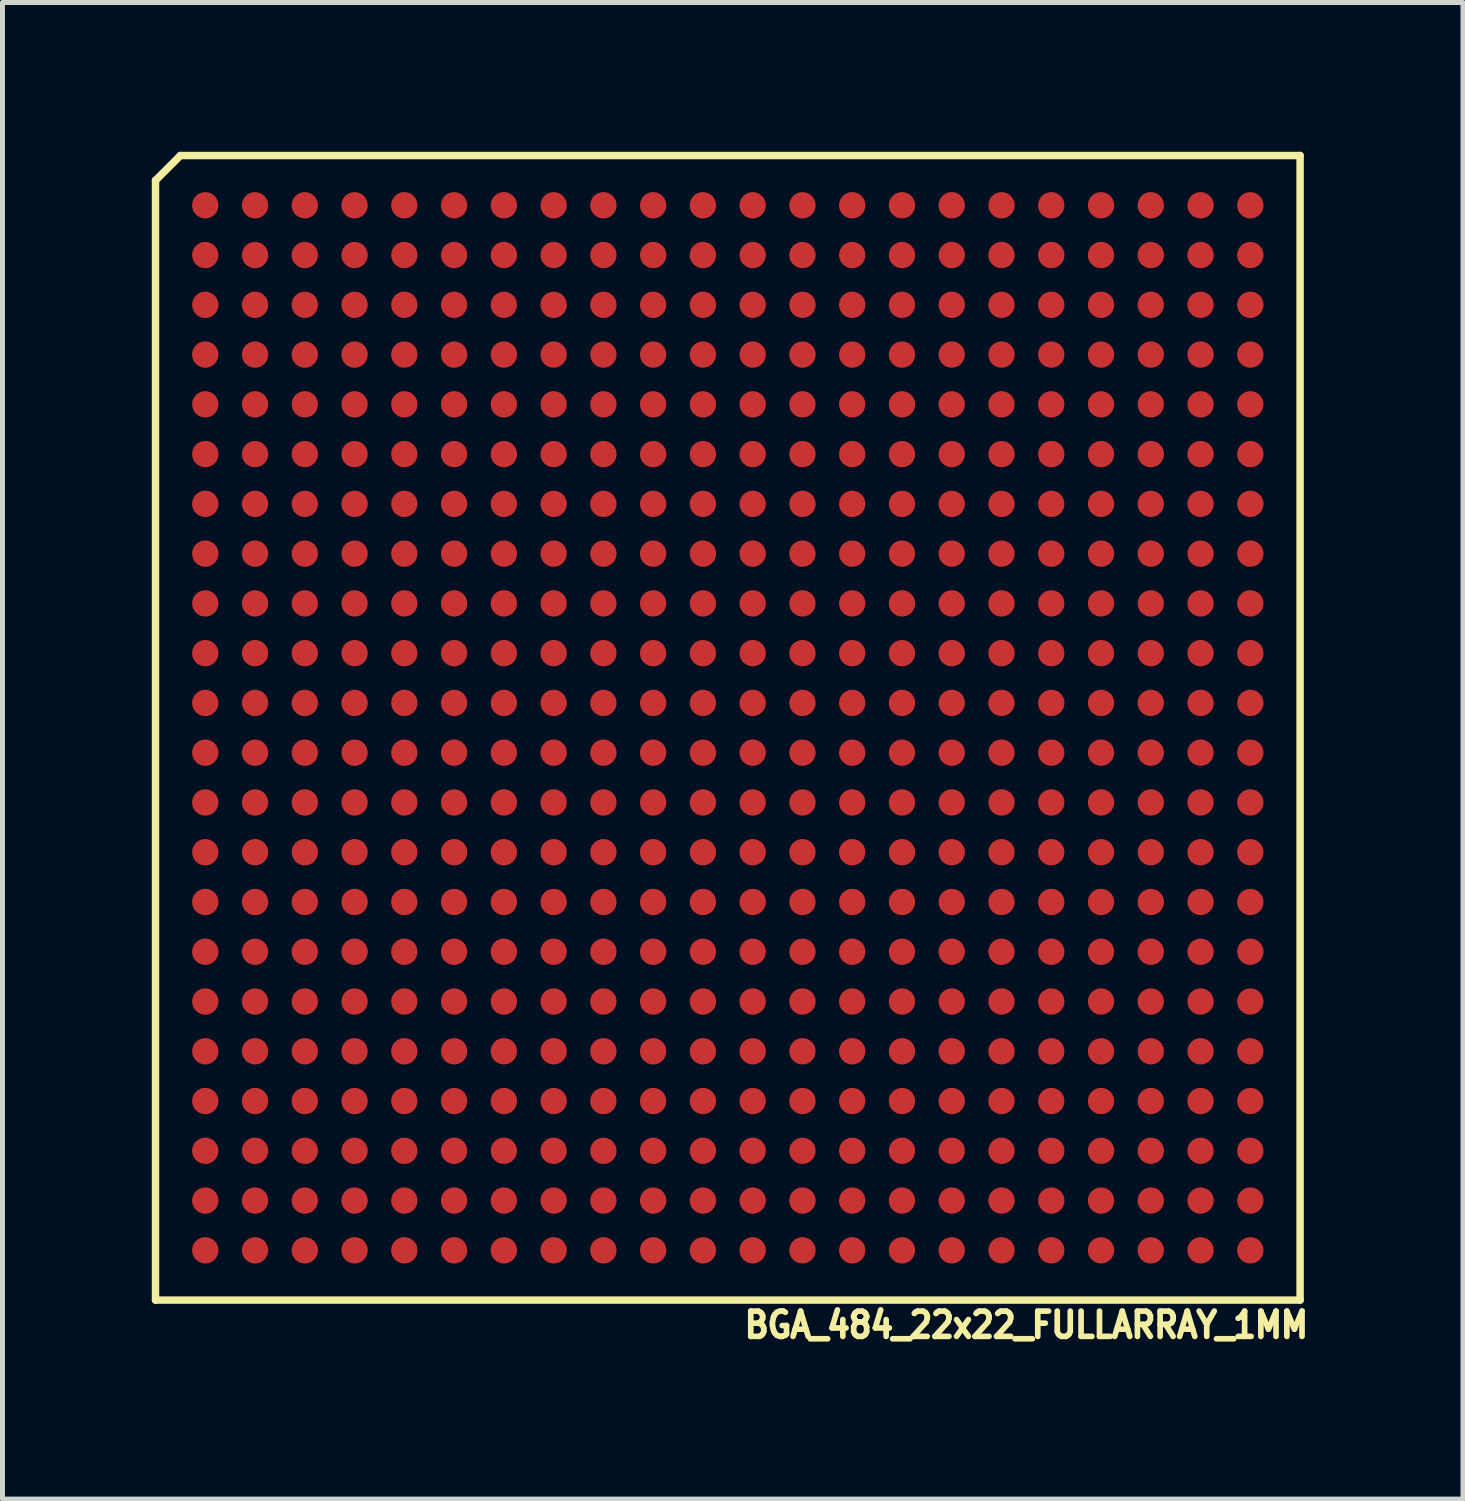
<source format=kicad_pcb>
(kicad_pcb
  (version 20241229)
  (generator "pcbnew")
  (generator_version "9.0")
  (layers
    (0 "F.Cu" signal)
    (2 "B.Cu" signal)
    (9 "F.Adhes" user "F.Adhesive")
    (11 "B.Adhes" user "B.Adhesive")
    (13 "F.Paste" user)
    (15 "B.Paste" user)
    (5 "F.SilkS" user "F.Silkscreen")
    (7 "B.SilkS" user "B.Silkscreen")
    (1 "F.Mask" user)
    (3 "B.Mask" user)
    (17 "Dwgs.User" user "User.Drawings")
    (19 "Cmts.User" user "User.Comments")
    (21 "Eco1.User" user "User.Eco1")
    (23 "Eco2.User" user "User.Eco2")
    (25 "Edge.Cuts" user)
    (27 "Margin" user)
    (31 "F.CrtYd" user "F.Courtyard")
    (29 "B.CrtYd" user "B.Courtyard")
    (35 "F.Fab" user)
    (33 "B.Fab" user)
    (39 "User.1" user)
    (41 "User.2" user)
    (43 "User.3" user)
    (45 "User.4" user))
  (footprint "BGA_484_22x22_FULLARRAY_1MM"
    (layer "F.Cu")
    (at 11.575 11.575)
    (property "Reference" "BGA_484_22x22_FULLARRAY_1MM" (at 6 12 0) (layer "F.SilkS") (effects (font (size 0.508 0.457) (thickness 0.114))))
    (attr smd)
    (fp_line (start -11.5 -11) (end -11.5 11.5) (stroke (width 0.15) (type solid)) (layer "F.SilkS"))
    (fp_line (start -11.5 11.5) (end 11.5 11.5) (stroke (width 0.15) (type solid)) (layer "F.SilkS"))
    (fp_line (start -11 -11.5) (end -11.5 -11) (stroke (width 0.15) (type solid)) (layer "F.SilkS"))
    (fp_line (start 11.5 -11.5) (end -11 -11.5) (stroke (width 0.15) (type solid)) (layer "F.SilkS"))
    (fp_line (start 11.5 11.5) (end 11.5 -11.5) (stroke (width 0.15) (type solid)) (layer "F.SilkS"))
    (pad "A1" smd circle (at -10.5 -10.5) (size 0.53 0.53) (layers "F.Cu" "F.Mask" "F.Paste"))
    (pad "A2" smd circle (at -9.5 -10.5) (size 0.53 0.53) (layers "F.Cu" "F.Mask" "F.Paste"))
    (pad "A3" smd circle (at -8.5 -10.5) (size 0.53 0.53) (layers "F.Cu" "F.Mask" "F.Paste"))
    (pad "A4" smd circle (at -7.5 -10.5) (size 0.53 0.53) (layers "F.Cu" "F.Mask" "F.Paste"))
    (pad "A5" smd circle (at -6.5 -10.5) (size 0.53 0.53) (layers "F.Cu" "F.Mask" "F.Paste"))
    (pad "A6" smd circle (at -5.5 -10.5) (size 0.53 0.53) (layers "F.Cu" "F.Mask" "F.Paste"))
    (pad "A7" smd circle (at -4.5 -10.5) (size 0.53 0.53) (layers "F.Cu" "F.Mask" "F.Paste"))
    (pad "A8" smd circle (at -3.5 -10.5) (size 0.53 0.53) (layers "F.Cu" "F.Mask" "F.Paste"))
    (pad "A9" smd circle (at -2.5 -10.5) (size 0.53 0.53) (layers "F.Cu" "F.Mask" "F.Paste"))
    (pad "A10" smd circle (at -1.5 -10.5) (size 0.53 0.53) (layers "F.Cu" "F.Mask" "F.Paste"))
    (pad "A11" smd circle (at -0.5 -10.5) (size 0.53 0.53) (layers "F.Cu" "F.Mask" "F.Paste"))
    (pad "A12" smd circle (at 0.5 -10.5) (size 0.53 0.53) (layers "F.Cu" "F.Mask" "F.Paste"))
    (pad "A13" smd circle (at 1.5 -10.5) (size 0.53 0.53) (layers "F.Cu" "F.Mask" "F.Paste"))
    (pad "A14" smd circle (at 2.5 -10.5) (size 0.53 0.53) (layers "F.Cu" "F.Mask" "F.Paste"))
    (pad "A15" smd circle (at 3.5 -10.5) (size 0.53 0.53) (layers "F.Cu" "F.Mask" "F.Paste"))
    (pad "A16" smd circle (at 4.5 -10.5) (size 0.53 0.53) (layers "F.Cu" "F.Mask" "F.Paste"))
    (pad "A17" smd circle (at 5.5 -10.5) (size 0.53 0.53) (layers "F.Cu" "F.Mask" "F.Paste"))
    (pad "A18" smd circle (at 6.5 -10.5) (size 0.53 0.53) (layers "F.Cu" "F.Mask" "F.Paste"))
    (pad "A19" smd circle (at 7.5 -10.5) (size 0.53 0.53) (layers "F.Cu" "F.Mask" "F.Paste"))
    (pad "A20" smd circle (at 8.5 -10.5) (size 0.53 0.53) (layers "F.Cu" "F.Mask" "F.Paste"))
    (pad "A21" smd circle (at 9.5 -10.5) (size 0.53 0.53) (layers "F.Cu" "F.Mask" "F.Paste"))
    (pad "A22" smd circle (at 10.5 -10.5) (size 0.53 0.53) (layers "F.Cu" "F.Mask" "F.Paste"))
    (pad "AA1" smd circle (at -10.5 9.5) (size 0.53 0.53) (layers "F.Cu" "F.Mask" "F.Paste"))
    (pad "AA2" smd circle (at -9.5 9.5) (size 0.53 0.53) (layers "F.Cu" "F.Mask" "F.Paste"))
    (pad "AA3" smd circle (at -8.5 9.5) (size 0.53 0.53) (layers "F.Cu" "F.Mask" "F.Paste"))
    (pad "AA4" smd circle (at -7.5 9.5) (size 0.53 0.53) (layers "F.Cu" "F.Mask" "F.Paste"))
    (pad "AA5" smd circle (at -6.5 9.5) (size 0.53 0.53) (layers "F.Cu" "F.Mask" "F.Paste"))
    (pad "AA6" smd circle (at -5.5 9.5) (size 0.53 0.53) (layers "F.Cu" "F.Mask" "F.Paste"))
    (pad "AA7" smd circle (at -4.5 9.5) (size 0.53 0.53) (layers "F.Cu" "F.Mask" "F.Paste"))
    (pad "AA8" smd circle (at -3.5 9.5) (size 0.53 0.53) (layers "F.Cu" "F.Mask" "F.Paste"))
    (pad "AA9" smd circle (at -2.5 9.5) (size 0.53 0.53) (layers "F.Cu" "F.Mask" "F.Paste"))
    (pad "AA10" smd circle (at -1.5 9.5) (size 0.53 0.53) (layers "F.Cu" "F.Mask" "F.Paste"))
    (pad "AA11" smd circle (at -0.5 9.5) (size 0.53 0.53) (layers "F.Cu" "F.Mask" "F.Paste"))
    (pad "AA12" smd circle (at 0.5 9.5) (size 0.53 0.53) (layers "F.Cu" "F.Mask" "F.Paste"))
    (pad "AA13" smd circle (at 1.5 9.5) (size 0.53 0.53) (layers "F.Cu" "F.Mask" "F.Paste"))
    (pad "AA14" smd circle (at 2.5 9.5) (size 0.53 0.53) (layers "F.Cu" "F.Mask" "F.Paste"))
    (pad "AA15" smd circle (at 3.5 9.5) (size 0.53 0.53) (layers "F.Cu" "F.Mask" "F.Paste"))
    (pad "AA16" smd circle (at 4.5 9.5) (size 0.53 0.53) (layers "F.Cu" "F.Mask" "F.Paste"))
    (pad "AA17" smd circle (at 5.5 9.5) (size 0.53 0.53) (layers "F.Cu" "F.Mask" "F.Paste"))
    (pad "AA18" smd circle (at 6.5 9.5) (size 0.53 0.53) (layers "F.Cu" "F.Mask" "F.Paste"))
    (pad "AA19" smd circle (at 7.5 9.5) (size 0.53 0.53) (layers "F.Cu" "F.Mask" "F.Paste"))
    (pad "AA20" smd circle (at 8.5 9.5) (size 0.53 0.53) (layers "F.Cu" "F.Mask" "F.Paste"))
    (pad "AA21" smd circle (at 9.5 9.5) (size 0.53 0.53) (layers "F.Cu" "F.Mask" "F.Paste"))
    (pad "AA22" smd circle (at 10.5 9.5) (size 0.53 0.53) (layers "F.Cu" "F.Mask" "F.Paste"))
    (pad "AB1" smd circle (at -10.5 10.5) (size 0.53 0.53) (layers "F.Cu" "F.Mask" "F.Paste"))
    (pad "AB2" smd circle (at -9.5 10.5) (size 0.53 0.53) (layers "F.Cu" "F.Mask" "F.Paste"))
    (pad "AB3" smd circle (at -8.5 10.5) (size 0.53 0.53) (layers "F.Cu" "F.Mask" "F.Paste"))
    (pad "AB4" smd circle (at -7.5 10.5) (size 0.53 0.53) (layers "F.Cu" "F.Mask" "F.Paste"))
    (pad "AB5" smd circle (at -6.5 10.5) (size 0.53 0.53) (layers "F.Cu" "F.Mask" "F.Paste"))
    (pad "AB6" smd circle (at -5.5 10.5) (size 0.53 0.53) (layers "F.Cu" "F.Mask" "F.Paste"))
    (pad "AB7" smd circle (at -4.5 10.5) (size 0.53 0.53) (layers "F.Cu" "F.Mask" "F.Paste"))
    (pad "AB8" smd circle (at -3.5 10.5) (size 0.53 0.53) (layers "F.Cu" "F.Mask" "F.Paste"))
    (pad "AB9" smd circle (at -2.5 10.5) (size 0.53 0.53) (layers "F.Cu" "F.Mask" "F.Paste"))
    (pad "AB10" smd circle (at -1.5 10.5) (size 0.53 0.53) (layers "F.Cu" "F.Mask" "F.Paste"))
    (pad "AB11" smd circle (at -0.5 10.5) (size 0.53 0.53) (layers "F.Cu" "F.Mask" "F.Paste"))
    (pad "AB12" smd circle (at 0.5 10.5) (size 0.53 0.53) (layers "F.Cu" "F.Mask" "F.Paste"))
    (pad "AB13" smd circle (at 1.5 10.5) (size 0.53 0.53) (layers "F.Cu" "F.Mask" "F.Paste"))
    (pad "AB14" smd circle (at 2.5 10.5) (size 0.53 0.53) (layers "F.Cu" "F.Mask" "F.Paste"))
    (pad "AB15" smd circle (at 3.5 10.5) (size 0.53 0.53) (layers "F.Cu" "F.Mask" "F.Paste"))
    (pad "AB16" smd circle (at 4.5 10.5) (size 0.53 0.53) (layers "F.Cu" "F.Mask" "F.Paste"))
    (pad "AB17" smd circle (at 5.5 10.5) (size 0.53 0.53) (layers "F.Cu" "F.Mask" "F.Paste"))
    (pad "AB18" smd circle (at 6.5 10.5) (size 0.53 0.53) (layers "F.Cu" "F.Mask" "F.Paste"))
    (pad "AB19" smd circle (at 7.5 10.5) (size 0.53 0.53) (layers "F.Cu" "F.Mask" "F.Paste"))
    (pad "AB20" smd circle (at 8.5 10.5) (size 0.53 0.53) (layers "F.Cu" "F.Mask" "F.Paste"))
    (pad "AB21" smd circle (at 9.5 10.5) (size 0.53 0.53) (layers "F.Cu" "F.Mask" "F.Paste"))
    (pad "AB22" smd circle (at 10.5 10.5) (size 0.53 0.53) (layers "F.Cu" "F.Mask" "F.Paste"))
    (pad "B1" smd circle (at -10.5 -9.5) (size 0.53 0.53) (layers "F.Cu" "F.Mask" "F.Paste"))
    (pad "B2" smd circle (at -9.5 -9.5) (size 0.53 0.53) (layers "F.Cu" "F.Mask" "F.Paste"))
    (pad "B3" smd circle (at -8.5 -9.5) (size 0.53 0.53) (layers "F.Cu" "F.Mask" "F.Paste"))
    (pad "B4" smd circle (at -7.5 -9.5) (size 0.53 0.53) (layers "F.Cu" "F.Mask" "F.Paste"))
    (pad "B5" smd circle (at -6.5 -9.5) (size 0.53 0.53) (layers "F.Cu" "F.Mask" "F.Paste"))
    (pad "B6" smd circle (at -5.5 -9.5) (size 0.53 0.53) (layers "F.Cu" "F.Mask" "F.Paste"))
    (pad "B7" smd circle (at -4.5 -9.5) (size 0.53 0.53) (layers "F.Cu" "F.Mask" "F.Paste"))
    (pad "B8" smd circle (at -3.5 -9.5) (size 0.53 0.53) (layers "F.Cu" "F.Mask" "F.Paste"))
    (pad "B9" smd circle (at -2.5 -9.5) (size 0.53 0.53) (layers "F.Cu" "F.Mask" "F.Paste"))
    (pad "B10" smd circle (at -1.5 -9.5) (size 0.53 0.53) (layers "F.Cu" "F.Mask" "F.Paste"))
    (pad "B11" smd circle (at -0.5 -9.5) (size 0.53 0.53) (layers "F.Cu" "F.Mask" "F.Paste"))
    (pad "B12" smd circle (at 0.5 -9.5) (size 0.53 0.53) (layers "F.Cu" "F.Mask" "F.Paste"))
    (pad "B13" smd circle (at 1.5 -9.5) (size 0.53 0.53) (layers "F.Cu" "F.Mask" "F.Paste"))
    (pad "B14" smd circle (at 2.5 -9.5) (size 0.53 0.53) (layers "F.Cu" "F.Mask" "F.Paste"))
    (pad "B15" smd circle (at 3.5 -9.5) (size 0.53 0.53) (layers "F.Cu" "F.Mask" "F.Paste"))
    (pad "B16" smd circle (at 4.5 -9.5) (size 0.53 0.53) (layers "F.Cu" "F.Mask" "F.Paste"))
    (pad "B17" smd circle (at 5.5 -9.5) (size 0.53 0.53) (layers "F.Cu" "F.Mask" "F.Paste"))
    (pad "B18" smd circle (at 6.5 -9.5) (size 0.53 0.53) (layers "F.Cu" "F.Mask" "F.Paste"))
    (pad "B19" smd circle (at 7.5 -9.5) (size 0.53 0.53) (layers "F.Cu" "F.Mask" "F.Paste"))
    (pad "B20" smd circle (at 8.5 -9.5) (size 0.53 0.53) (layers "F.Cu" "F.Mask" "F.Paste"))
    (pad "B21" smd circle (at 9.5 -9.5) (size 0.53 0.53) (layers "F.Cu" "F.Mask" "F.Paste"))
    (pad "B22" smd circle (at 10.5 -9.5) (size 0.53 0.53) (layers "F.Cu" "F.Mask" "F.Paste"))
    (pad "C1" smd circle (at -10.5 -8.5) (size 0.53 0.53) (layers "F.Cu" "F.Mask" "F.Paste"))
    (pad "C2" smd circle (at -9.5 -8.5) (size 0.53 0.53) (layers "F.Cu" "F.Mask" "F.Paste"))
    (pad "C3" smd circle (at -8.5 -8.5) (size 0.53 0.53) (layers "F.Cu" "F.Mask" "F.Paste"))
    (pad "C4" smd circle (at -7.5 -8.5) (size 0.53 0.53) (layers "F.Cu" "F.Mask" "F.Paste"))
    (pad "C5" smd circle (at -6.5 -8.5) (size 0.53 0.53) (layers "F.Cu" "F.Mask" "F.Paste"))
    (pad "C6" smd circle (at -5.5 -8.5) (size 0.53 0.53) (layers "F.Cu" "F.Mask" "F.Paste"))
    (pad "C7" smd circle (at -4.5 -8.5) (size 0.53 0.53) (layers "F.Cu" "F.Mask" "F.Paste"))
    (pad "C8" smd circle (at -3.5 -8.5) (size 0.53 0.53) (layers "F.Cu" "F.Mask" "F.Paste"))
    (pad "C9" smd circle (at -2.5 -8.5) (size 0.53 0.53) (layers "F.Cu" "F.Mask" "F.Paste"))
    (pad "C10" smd circle (at -1.5 -8.5) (size 0.53 0.53) (layers "F.Cu" "F.Mask" "F.Paste"))
    (pad "C11" smd circle (at -0.5 -8.5) (size 0.53 0.53) (layers "F.Cu" "F.Mask" "F.Paste"))
    (pad "C12" smd circle (at 0.5 -8.5) (size 0.53 0.53) (layers "F.Cu" "F.Mask" "F.Paste"))
    (pad "C13" smd circle (at 1.5 -8.5) (size 0.53 0.53) (layers "F.Cu" "F.Mask" "F.Paste"))
    (pad "C14" smd circle (at 2.5 -8.5) (size 0.53 0.53) (layers "F.Cu" "F.Mask" "F.Paste"))
    (pad "C15" smd circle (at 3.5 -8.5) (size 0.53 0.53) (layers "F.Cu" "F.Mask" "F.Paste"))
    (pad "C16" smd circle (at 4.5 -8.5) (size 0.53 0.53) (layers "F.Cu" "F.Mask" "F.Paste"))
    (pad "C17" smd circle (at 5.5 -8.5) (size 0.53 0.53) (layers "F.Cu" "F.Mask" "F.Paste"))
    (pad "C18" smd circle (at 6.5 -8.5) (size 0.53 0.53) (layers "F.Cu" "F.Mask" "F.Paste"))
    (pad "C19" smd circle (at 7.5 -8.5) (size 0.53 0.53) (layers "F.Cu" "F.Mask" "F.Paste"))
    (pad "C20" smd circle (at 8.5 -8.5) (size 0.53 0.53) (layers "F.Cu" "F.Mask" "F.Paste"))
    (pad "C21" smd circle (at 9.5 -8.5) (size 0.53 0.53) (layers "F.Cu" "F.Mask" "F.Paste"))
    (pad "C22" smd circle (at 10.5 -8.5) (size 0.53 0.53) (layers "F.Cu" "F.Mask" "F.Paste"))
    (pad "D1" smd circle (at -10.5 -7.5) (size 0.53 0.53) (layers "F.Cu" "F.Mask" "F.Paste"))
    (pad "D2" smd circle (at -9.5 -7.5) (size 0.53 0.53) (layers "F.Cu" "F.Mask" "F.Paste"))
    (pad "D3" smd circle (at -8.5 -7.5) (size 0.53 0.53) (layers "F.Cu" "F.Mask" "F.Paste"))
    (pad "D4" smd circle (at -7.5 -7.5) (size 0.53 0.53) (layers "F.Cu" "F.Mask" "F.Paste"))
    (pad "D5" smd circle (at -6.5 -7.5) (size 0.53 0.53) (layers "F.Cu" "F.Mask" "F.Paste"))
    (pad "D6" smd circle (at -5.5 -7.5) (size 0.53 0.53) (layers "F.Cu" "F.Mask" "F.Paste"))
    (pad "D7" smd circle (at -4.5 -7.5) (size 0.53 0.53) (layers "F.Cu" "F.Mask" "F.Paste"))
    (pad "D8" smd circle (at -3.5 -7.5) (size 0.53 0.53) (layers "F.Cu" "F.Mask" "F.Paste"))
    (pad "D9" smd circle (at -2.5 -7.5) (size 0.53 0.53) (layers "F.Cu" "F.Mask" "F.Paste"))
    (pad "D10" smd circle (at -1.5 -7.5) (size 0.53 0.53) (layers "F.Cu" "F.Mask" "F.Paste"))
    (pad "D11" smd circle (at -0.5 -7.5) (size 0.53 0.53) (layers "F.Cu" "F.Mask" "F.Paste"))
    (pad "D12" smd circle (at 0.5 -7.5) (size 0.53 0.53) (layers "F.Cu" "F.Mask" "F.Paste"))
    (pad "D13" smd circle (at 1.5 -7.5) (size 0.53 0.53) (layers "F.Cu" "F.Mask" "F.Paste"))
    (pad "D14" smd circle (at 2.5 -7.5) (size 0.53 0.53) (layers "F.Cu" "F.Mask" "F.Paste"))
    (pad "D15" smd circle (at 3.5 -7.5) (size 0.53 0.53) (layers "F.Cu" "F.Mask" "F.Paste"))
    (pad "D16" smd circle (at 4.5 -7.5) (size 0.53 0.53) (layers "F.Cu" "F.Mask" "F.Paste"))
    (pad "D17" smd circle (at 5.5 -7.5) (size 0.53 0.53) (layers "F.Cu" "F.Mask" "F.Paste"))
    (pad "D18" smd circle (at 6.5 -7.5) (size 0.53 0.53) (layers "F.Cu" "F.Mask" "F.Paste"))
    (pad "D19" smd circle (at 7.5 -7.5) (size 0.53 0.53) (layers "F.Cu" "F.Mask" "F.Paste"))
    (pad "D20" smd circle (at 8.5 -7.5) (size 0.53 0.53) (layers "F.Cu" "F.Mask" "F.Paste"))
    (pad "D21" smd circle (at 9.5 -7.5) (size 0.53 0.53) (layers "F.Cu" "F.Mask" "F.Paste"))
    (pad "D22" smd circle (at 10.5 -7.5) (size 0.53 0.53) (layers "F.Cu" "F.Mask" "F.Paste"))
    (pad "E1" smd circle (at -10.5 -6.5) (size 0.53 0.53) (layers "F.Cu" "F.Mask" "F.Paste"))
    (pad "E2" smd circle (at -9.5 -6.5) (size 0.53 0.53) (layers "F.Cu" "F.Mask" "F.Paste"))
    (pad "E3" smd circle (at -8.5 -6.5) (size 0.53 0.53) (layers "F.Cu" "F.Mask" "F.Paste"))
    (pad "E4" smd circle (at -7.5 -6.5) (size 0.53 0.53) (layers "F.Cu" "F.Mask" "F.Paste"))
    (pad "E5" smd circle (at -6.5 -6.5) (size 0.53 0.53) (layers "F.Cu" "F.Mask" "F.Paste"))
    (pad "E6" smd circle (at -5.5 -6.5) (size 0.53 0.53) (layers "F.Cu" "F.Mask" "F.Paste"))
    (pad "E7" smd circle (at -4.5 -6.5) (size 0.53 0.53) (layers "F.Cu" "F.Mask" "F.Paste"))
    (pad "E8" smd circle (at -3.5 -6.5) (size 0.53 0.53) (layers "F.Cu" "F.Mask" "F.Paste"))
    (pad "E9" smd circle (at -2.5 -6.5) (size 0.53 0.53) (layers "F.Cu" "F.Mask" "F.Paste"))
    (pad "E10" smd circle (at -1.5 -6.5) (size 0.53 0.53) (layers "F.Cu" "F.Mask" "F.Paste"))
    (pad "E11" smd circle (at -0.5 -6.5) (size 0.53 0.53) (layers "F.Cu" "F.Mask" "F.Paste"))
    (pad "E12" smd circle (at 0.5 -6.5) (size 0.53 0.53) (layers "F.Cu" "F.Mask" "F.Paste"))
    (pad "E13" smd circle (at 1.5 -6.5) (size 0.53 0.53) (layers "F.Cu" "F.Mask" "F.Paste"))
    (pad "E14" smd circle (at 2.5 -6.5) (size 0.53 0.53) (layers "F.Cu" "F.Mask" "F.Paste"))
    (pad "E15" smd circle (at 3.5 -6.5) (size 0.53 0.53) (layers "F.Cu" "F.Mask" "F.Paste"))
    (pad "E16" smd circle (at 4.5 -6.5) (size 0.53 0.53) (layers "F.Cu" "F.Mask" "F.Paste"))
    (pad "E17" smd circle (at 5.5 -6.5) (size 0.53 0.53) (layers "F.Cu" "F.Mask" "F.Paste"))
    (pad "E18" smd circle (at 6.5 -6.5) (size 0.53 0.53) (layers "F.Cu" "F.Mask" "F.Paste"))
    (pad "E19" smd circle (at 7.5 -6.5) (size 0.53 0.53) (layers "F.Cu" "F.Mask" "F.Paste"))
    (pad "E20" smd circle (at 8.5 -6.5) (size 0.53 0.53) (layers "F.Cu" "F.Mask" "F.Paste"))
    (pad "E21" smd circle (at 9.5 -6.5) (size 0.53 0.53) (layers "F.Cu" "F.Mask" "F.Paste"))
    (pad "E22" smd circle (at 10.5 -6.5) (size 0.53 0.53) (layers "F.Cu" "F.Mask" "F.Paste"))
    (pad "F1" smd circle (at -10.5 -5.5) (size 0.53 0.53) (layers "F.Cu" "F.Mask" "F.Paste"))
    (pad "F2" smd circle (at -9.5 -5.5) (size 0.53 0.53) (layers "F.Cu" "F.Mask" "F.Paste"))
    (pad "F3" smd circle (at -8.5 -5.5) (size 0.53 0.53) (layers "F.Cu" "F.Mask" "F.Paste"))
    (pad "F4" smd circle (at -7.5 -5.5) (size 0.53 0.53) (layers "F.Cu" "F.Mask" "F.Paste"))
    (pad "F5" smd circle (at -6.5 -5.5) (size 0.53 0.53) (layers "F.Cu" "F.Mask" "F.Paste"))
    (pad "F6" smd circle (at -5.5 -5.5) (size 0.53 0.53) (layers "F.Cu" "F.Mask" "F.Paste"))
    (pad "F7" smd circle (at -4.5 -5.5) (size 0.53 0.53) (layers "F.Cu" "F.Mask" "F.Paste"))
    (pad "F8" smd circle (at -3.5 -5.5) (size 0.53 0.53) (layers "F.Cu" "F.Mask" "F.Paste"))
    (pad "F9" smd circle (at -2.5 -5.5) (size 0.53 0.53) (layers "F.Cu" "F.Mask" "F.Paste"))
    (pad "F10" smd circle (at -1.5 -5.5) (size 0.53 0.53) (layers "F.Cu" "F.Mask" "F.Paste"))
    (pad "F11" smd circle (at -0.5 -5.5) (size 0.53 0.53) (layers "F.Cu" "F.Mask" "F.Paste"))
    (pad "F12" smd circle (at 0.5 -5.5) (size 0.53 0.53) (layers "F.Cu" "F.Mask" "F.Paste"))
    (pad "F13" smd circle (at 1.5 -5.5) (size 0.53 0.53) (layers "F.Cu" "F.Mask" "F.Paste"))
    (pad "F14" smd circle (at 2.5 -5.5) (size 0.53 0.53) (layers "F.Cu" "F.Mask" "F.Paste"))
    (pad "F15" smd circle (at 3.5 -5.5) (size 0.53 0.53) (layers "F.Cu" "F.Mask" "F.Paste"))
    (pad "F16" smd circle (at 4.5 -5.5) (size 0.53 0.53) (layers "F.Cu" "F.Mask" "F.Paste"))
    (pad "F17" smd circle (at 5.5 -5.5) (size 0.53 0.53) (layers "F.Cu" "F.Mask" "F.Paste"))
    (pad "F18" smd circle (at 6.5 -5.5) (size 0.53 0.53) (layers "F.Cu" "F.Mask" "F.Paste"))
    (pad "F19" smd circle (at 7.5 -5.5) (size 0.53 0.53) (layers "F.Cu" "F.Mask" "F.Paste"))
    (pad "F20" smd circle (at 8.5 -5.5) (size 0.53 0.53) (layers "F.Cu" "F.Mask" "F.Paste"))
    (pad "F21" smd circle (at 9.5 -5.5) (size 0.53 0.53) (layers "F.Cu" "F.Mask" "F.Paste"))
    (pad "F22" smd circle (at 10.5 -5.5) (size 0.53 0.53) (layers "F.Cu" "F.Mask" "F.Paste"))
    (pad "G1" smd circle (at -10.5 -4.5) (size 0.53 0.53) (layers "F.Cu" "F.Mask" "F.Paste"))
    (pad "G2" smd circle (at -9.5 -4.5) (size 0.53 0.53) (layers "F.Cu" "F.Mask" "F.Paste"))
    (pad "G3" smd circle (at -8.5 -4.5) (size 0.53 0.53) (layers "F.Cu" "F.Mask" "F.Paste"))
    (pad "G4" smd circle (at -7.5 -4.5) (size 0.53 0.53) (layers "F.Cu" "F.Mask" "F.Paste"))
    (pad "G5" smd circle (at -6.5 -4.5) (size 0.53 0.53) (layers "F.Cu" "F.Mask" "F.Paste"))
    (pad "G6" smd circle (at -5.5 -4.5) (size 0.53 0.53) (layers "F.Cu" "F.Mask" "F.Paste"))
    (pad "G7" smd circle (at -4.5 -4.5) (size 0.53 0.53) (layers "F.Cu" "F.Mask" "F.Paste"))
    (pad "G8" smd circle (at -3.5 -4.5) (size 0.53 0.53) (layers "F.Cu" "F.Mask" "F.Paste"))
    (pad "G9" smd circle (at -2.5 -4.5) (size 0.53 0.53) (layers "F.Cu" "F.Mask" "F.Paste"))
    (pad "G10" smd circle (at -1.5 -4.5) (size 0.53 0.53) (layers "F.Cu" "F.Mask" "F.Paste"))
    (pad "G11" smd circle (at -0.5 -4.5) (size 0.53 0.53) (layers "F.Cu" "F.Mask" "F.Paste"))
    (pad "G12" smd circle (at 0.5 -4.5) (size 0.53 0.53) (layers "F.Cu" "F.Mask" "F.Paste"))
    (pad "G13" smd circle (at 1.5 -4.5) (size 0.53 0.53) (layers "F.Cu" "F.Mask" "F.Paste"))
    (pad "G14" smd circle (at 2.5 -4.5) (size 0.53 0.53) (layers "F.Cu" "F.Mask" "F.Paste"))
    (pad "G15" smd circle (at 3.5 -4.5) (size 0.53 0.53) (layers "F.Cu" "F.Mask" "F.Paste"))
    (pad "G16" smd circle (at 4.5 -4.5) (size 0.53 0.53) (layers "F.Cu" "F.Mask" "F.Paste"))
    (pad "G17" smd circle (at 5.5 -4.5) (size 0.53 0.53) (layers "F.Cu" "F.Mask" "F.Paste"))
    (pad "G18" smd circle (at 6.5 -4.5) (size 0.53 0.53) (layers "F.Cu" "F.Mask" "F.Paste"))
    (pad "G19" smd circle (at 7.5 -4.5) (size 0.53 0.53) (layers "F.Cu" "F.Mask" "F.Paste"))
    (pad "G20" smd circle (at 8.5 -4.5) (size 0.53 0.53) (layers "F.Cu" "F.Mask" "F.Paste"))
    (pad "G21" smd circle (at 9.5 -4.5) (size 0.53 0.53) (layers "F.Cu" "F.Mask" "F.Paste"))
    (pad "G22" smd circle (at 10.5 -4.5) (size 0.53 0.53) (layers "F.Cu" "F.Mask" "F.Paste"))
    (pad "H1" smd circle (at -10.5 -3.5) (size 0.53 0.53) (layers "F.Cu" "F.Mask" "F.Paste"))
    (pad "H2" smd circle (at -9.5 -3.5) (size 0.53 0.53) (layers "F.Cu" "F.Mask" "F.Paste"))
    (pad "H3" smd circle (at -8.5 -3.5) (size 0.53 0.53) (layers "F.Cu" "F.Mask" "F.Paste"))
    (pad "H4" smd circle (at -7.5 -3.5) (size 0.53 0.53) (layers "F.Cu" "F.Mask" "F.Paste"))
    (pad "H5" smd circle (at -6.5 -3.5) (size 0.53 0.53) (layers "F.Cu" "F.Mask" "F.Paste"))
    (pad "H6" smd circle (at -5.5 -3.5) (size 0.53 0.53) (layers "F.Cu" "F.Mask" "F.Paste"))
    (pad "H7" smd circle (at -4.5 -3.5) (size 0.53 0.53) (layers "F.Cu" "F.Mask" "F.Paste"))
    (pad "H8" smd circle (at -3.5 -3.5) (size 0.53 0.53) (layers "F.Cu" "F.Mask" "F.Paste"))
    (pad "H9" smd circle (at -2.5 -3.5) (size 0.53 0.53) (layers "F.Cu" "F.Mask" "F.Paste"))
    (pad "H10" smd circle (at -1.5 -3.5) (size 0.53 0.53) (layers "F.Cu" "F.Mask" "F.Paste"))
    (pad "H11" smd circle (at -0.5 -3.5) (size 0.53 0.53) (layers "F.Cu" "F.Mask" "F.Paste"))
    (pad "H12" smd circle (at 0.5 -3.5) (size 0.53 0.53) (layers "F.Cu" "F.Mask" "F.Paste"))
    (pad "H13" smd circle (at 1.5 -3.5) (size 0.53 0.53) (layers "F.Cu" "F.Mask" "F.Paste"))
    (pad "H14" smd circle (at 2.5 -3.5) (size 0.53 0.53) (layers "F.Cu" "F.Mask" "F.Paste"))
    (pad "H15" smd circle (at 3.5 -3.5) (size 0.53 0.53) (layers "F.Cu" "F.Mask" "F.Paste"))
    (pad "H16" smd circle (at 4.5 -3.5) (size 0.53 0.53) (layers "F.Cu" "F.Mask" "F.Paste"))
    (pad "H17" smd circle (at 5.5 -3.5) (size 0.53 0.53) (layers "F.Cu" "F.Mask" "F.Paste"))
    (pad "H18" smd circle (at 6.5 -3.5) (size 0.53 0.53) (layers "F.Cu" "F.Mask" "F.Paste"))
    (pad "H19" smd circle (at 7.5 -3.5) (size 0.53 0.53) (layers "F.Cu" "F.Mask" "F.Paste"))
    (pad "H20" smd circle (at 8.5 -3.5) (size 0.53 0.53) (layers "F.Cu" "F.Mask" "F.Paste"))
    (pad "H21" smd circle (at 9.5 -3.5) (size 0.53 0.53) (layers "F.Cu" "F.Mask" "F.Paste"))
    (pad "H22" smd circle (at 10.5 -3.5) (size 0.53 0.53) (layers "F.Cu" "F.Mask" "F.Paste"))
    (pad "J1" smd circle (at -10.5 -2.5) (size 0.53 0.53) (layers "F.Cu" "F.Mask" "F.Paste"))
    (pad "J2" smd circle (at -9.5 -2.5) (size 0.53 0.53) (layers "F.Cu" "F.Mask" "F.Paste"))
    (pad "J3" smd circle (at -8.5 -2.5) (size 0.53 0.53) (layers "F.Cu" "F.Mask" "F.Paste"))
    (pad "J4" smd circle (at -7.5 -2.5) (size 0.53 0.53) (layers "F.Cu" "F.Mask" "F.Paste"))
    (pad "J5" smd circle (at -6.5 -2.5) (size 0.53 0.53) (layers "F.Cu" "F.Mask" "F.Paste"))
    (pad "J6" smd circle (at -5.5 -2.5) (size 0.53 0.53) (layers "F.Cu" "F.Mask" "F.Paste"))
    (pad "J7" smd circle (at -4.5 -2.5) (size 0.53 0.53) (layers "F.Cu" "F.Mask" "F.Paste"))
    (pad "J8" smd circle (at -3.5 -2.5) (size 0.53 0.53) (layers "F.Cu" "F.Mask" "F.Paste"))
    (pad "J9" smd circle (at -2.5 -2.5) (size 0.53 0.53) (layers "F.Cu" "F.Mask" "F.Paste"))
    (pad "J10" smd circle (at -1.5 -2.5) (size 0.53 0.53) (layers "F.Cu" "F.Mask" "F.Paste"))
    (pad "J11" smd circle (at -0.5 -2.5) (size 0.53 0.53) (layers "F.Cu" "F.Mask" "F.Paste"))
    (pad "J12" smd circle (at 0.5 -2.5) (size 0.53 0.53) (layers "F.Cu" "F.Mask" "F.Paste"))
    (pad "J13" smd circle (at 1.5 -2.5) (size 0.53 0.53) (layers "F.Cu" "F.Mask" "F.Paste"))
    (pad "J14" smd circle (at 2.5 -2.5) (size 0.53 0.53) (layers "F.Cu" "F.Mask" "F.Paste"))
    (pad "J15" smd circle (at 3.5 -2.5) (size 0.53 0.53) (layers "F.Cu" "F.Mask" "F.Paste"))
    (pad "J16" smd circle (at 4.5 -2.5) (size 0.53 0.53) (layers "F.Cu" "F.Mask" "F.Paste"))
    (pad "J17" smd circle (at 5.5 -2.5) (size 0.53 0.53) (layers "F.Cu" "F.Mask" "F.Paste"))
    (pad "J18" smd circle (at 6.5 -2.5) (size 0.53 0.53) (layers "F.Cu" "F.Mask" "F.Paste"))
    (pad "J19" smd circle (at 7.5 -2.5) (size 0.53 0.53) (layers "F.Cu" "F.Mask" "F.Paste"))
    (pad "J20" smd circle (at 8.5 -2.5) (size 0.53 0.53) (layers "F.Cu" "F.Mask" "F.Paste"))
    (pad "J21" smd circle (at 9.5 -2.5) (size 0.53 0.53) (layers "F.Cu" "F.Mask" "F.Paste"))
    (pad "J22" smd circle (at 10.5 -2.5) (size 0.53 0.53) (layers "F.Cu" "F.Mask" "F.Paste"))
    (pad "K1" smd circle (at -10.5 -1.5) (size 0.53 0.53) (layers "F.Cu" "F.Mask" "F.Paste"))
    (pad "K2" smd circle (at -9.5 -1.5) (size 0.53 0.53) (layers "F.Cu" "F.Mask" "F.Paste"))
    (pad "K3" smd circle (at -8.5 -1.5) (size 0.53 0.53) (layers "F.Cu" "F.Mask" "F.Paste"))
    (pad "K4" smd circle (at -7.5 -1.5) (size 0.53 0.53) (layers "F.Cu" "F.Mask" "F.Paste"))
    (pad "K5" smd circle (at -6.5 -1.5) (size 0.53 0.53) (layers "F.Cu" "F.Mask" "F.Paste"))
    (pad "K6" smd circle (at -5.5 -1.5) (size 0.53 0.53) (layers "F.Cu" "F.Mask" "F.Paste"))
    (pad "K7" smd circle (at -4.5 -1.5) (size 0.53 0.53) (layers "F.Cu" "F.Mask" "F.Paste"))
    (pad "K8" smd circle (at -3.5 -1.5) (size 0.53 0.53) (layers "F.Cu" "F.Mask" "F.Paste"))
    (pad "K9" smd circle (at -2.5 -1.5) (size 0.53 0.53) (layers "F.Cu" "F.Mask" "F.Paste"))
    (pad "K10" smd circle (at -1.5 -1.5) (size 0.53 0.53) (layers "F.Cu" "F.Mask" "F.Paste"))
    (pad "K11" smd circle (at -0.5 -1.5) (size 0.53 0.53) (layers "F.Cu" "F.Mask" "F.Paste"))
    (pad "K12" smd circle (at 0.5 -1.5) (size 0.53 0.53) (layers "F.Cu" "F.Mask" "F.Paste"))
    (pad "K13" smd circle (at 1.5 -1.5) (size 0.53 0.53) (layers "F.Cu" "F.Mask" "F.Paste"))
    (pad "K14" smd circle (at 2.5 -1.5) (size 0.53 0.53) (layers "F.Cu" "F.Mask" "F.Paste"))
    (pad "K15" smd circle (at 3.5 -1.5) (size 0.53 0.53) (layers "F.Cu" "F.Mask" "F.Paste"))
    (pad "K16" smd circle (at 4.5 -1.5) (size 0.53 0.53) (layers "F.Cu" "F.Mask" "F.Paste"))
    (pad "K17" smd circle (at 5.5 -1.5) (size 0.53 0.53) (layers "F.Cu" "F.Mask" "F.Paste"))
    (pad "K18" smd circle (at 6.5 -1.5) (size 0.53 0.53) (layers "F.Cu" "F.Mask" "F.Paste"))
    (pad "K19" smd circle (at 7.5 -1.5) (size 0.53 0.53) (layers "F.Cu" "F.Mask" "F.Paste"))
    (pad "K20" smd circle (at 8.5 -1.5) (size 0.53 0.53) (layers "F.Cu" "F.Mask" "F.Paste"))
    (pad "K21" smd circle (at 9.5 -1.5) (size 0.53 0.53) (layers "F.Cu" "F.Mask" "F.Paste"))
    (pad "K22" smd circle (at 10.5 -1.5) (size 0.53 0.53) (layers "F.Cu" "F.Mask" "F.Paste"))
    (pad "L1" smd circle (at -10.5 -0.5) (size 0.53 0.53) (layers "F.Cu" "F.Mask" "F.Paste"))
    (pad "L2" smd circle (at -9.5 -0.5) (size 0.53 0.53) (layers "F.Cu" "F.Mask" "F.Paste"))
    (pad "L3" smd circle (at -8.5 -0.5) (size 0.53 0.53) (layers "F.Cu" "F.Mask" "F.Paste"))
    (pad "L4" smd circle (at -7.5 -0.5) (size 0.53 0.53) (layers "F.Cu" "F.Mask" "F.Paste"))
    (pad "L5" smd circle (at -6.5 -0.5) (size 0.53 0.53) (layers "F.Cu" "F.Mask" "F.Paste"))
    (pad "L6" smd circle (at -5.5 -0.5) (size 0.53 0.53) (layers "F.Cu" "F.Mask" "F.Paste"))
    (pad "L7" smd circle (at -4.5 -0.5) (size 0.53 0.53) (layers "F.Cu" "F.Mask" "F.Paste"))
    (pad "L8" smd circle (at -3.5 -0.5) (size 0.53 0.53) (layers "F.Cu" "F.Mask" "F.Paste"))
    (pad "L9" smd circle (at -2.5 -0.5) (size 0.53 0.53) (layers "F.Cu" "F.Mask" "F.Paste"))
    (pad "L10" smd circle (at -1.5 -0.5) (size 0.53 0.53) (layers "F.Cu" "F.Mask" "F.Paste"))
    (pad "L11" smd circle (at -0.5 -0.5) (size 0.53 0.53) (layers "F.Cu" "F.Mask" "F.Paste"))
    (pad "L12" smd circle (at 0.5 -0.5) (size 0.53 0.53) (layers "F.Cu" "F.Mask" "F.Paste"))
    (pad "L13" smd circle (at 1.5 -0.5) (size 0.53 0.53) (layers "F.Cu" "F.Mask" "F.Paste"))
    (pad "L14" smd circle (at 2.5 -0.5) (size 0.53 0.53) (layers "F.Cu" "F.Mask" "F.Paste"))
    (pad "L15" smd circle (at 3.5 -0.5) (size 0.53 0.53) (layers "F.Cu" "F.Mask" "F.Paste"))
    (pad "L16" smd circle (at 4.5 -0.5) (size 0.53 0.53) (layers "F.Cu" "F.Mask" "F.Paste"))
    (pad "L17" smd circle (at 5.5 -0.5) (size 0.53 0.53) (layers "F.Cu" "F.Mask" "F.Paste"))
    (pad "L18" smd circle (at 6.5 -0.5) (size 0.53 0.53) (layers "F.Cu" "F.Mask" "F.Paste"))
    (pad "L19" smd circle (at 7.5 -0.5) (size 0.53 0.53) (layers "F.Cu" "F.Mask" "F.Paste"))
    (pad "L20" smd circle (at 8.5 -0.5) (size 0.53 0.53) (layers "F.Cu" "F.Mask" "F.Paste"))
    (pad "L21" smd circle (at 9.5 -0.5) (size 0.53 0.53) (layers "F.Cu" "F.Mask" "F.Paste"))
    (pad "L22" smd circle (at 10.5 -0.5) (size 0.53 0.53) (layers "F.Cu" "F.Mask" "F.Paste"))
    (pad "M1" smd circle (at -10.5 0.5) (size 0.53 0.53) (layers "F.Cu" "F.Mask" "F.Paste"))
    (pad "M2" smd circle (at -9.5 0.5) (size 0.53 0.53) (layers "F.Cu" "F.Mask" "F.Paste"))
    (pad "M3" smd circle (at -8.5 0.5) (size 0.53 0.53) (layers "F.Cu" "F.Mask" "F.Paste"))
    (pad "M4" smd circle (at -7.5 0.5) (size 0.53 0.53) (layers "F.Cu" "F.Mask" "F.Paste"))
    (pad "M5" smd circle (at -6.5 0.5) (size 0.53 0.53) (layers "F.Cu" "F.Mask" "F.Paste"))
    (pad "M6" smd circle (at -5.5 0.5) (size 0.53 0.53) (layers "F.Cu" "F.Mask" "F.Paste"))
    (pad "M7" smd circle (at -4.5 0.5) (size 0.53 0.53) (layers "F.Cu" "F.Mask" "F.Paste"))
    (pad "M8" smd circle (at -3.5 0.5) (size 0.53 0.53) (layers "F.Cu" "F.Mask" "F.Paste"))
    (pad "M9" smd circle (at -2.5 0.5) (size 0.53 0.53) (layers "F.Cu" "F.Mask" "F.Paste"))
    (pad "M10" smd circle (at -1.5 0.5) (size 0.53 0.53) (layers "F.Cu" "F.Mask" "F.Paste"))
    (pad "M11" smd circle (at -0.5 0.5) (size 0.53 0.53) (layers "F.Cu" "F.Mask" "F.Paste"))
    (pad "M12" smd circle (at 0.5 0.5) (size 0.53 0.53) (layers "F.Cu" "F.Mask" "F.Paste"))
    (pad "M13" smd circle (at 1.5 0.5) (size 0.53 0.53) (layers "F.Cu" "F.Mask" "F.Paste"))
    (pad "M14" smd circle (at 2.5 0.5) (size 0.53 0.53) (layers "F.Cu" "F.Mask" "F.Paste"))
    (pad "M15" smd circle (at 3.5 0.5) (size 0.53 0.53) (layers "F.Cu" "F.Mask" "F.Paste"))
    (pad "M16" smd circle (at 4.5 0.5) (size 0.53 0.53) (layers "F.Cu" "F.Mask" "F.Paste"))
    (pad "M17" smd circle (at 5.5 0.5) (size 0.53 0.53) (layers "F.Cu" "F.Mask" "F.Paste"))
    (pad "M18" smd circle (at 6.5 0.5) (size 0.53 0.53) (layers "F.Cu" "F.Mask" "F.Paste"))
    (pad "M19" smd circle (at 7.5 0.5) (size 0.53 0.53) (layers "F.Cu" "F.Mask" "F.Paste"))
    (pad "M20" smd circle (at 8.5 0.5) (size 0.53 0.53) (layers "F.Cu" "F.Mask" "F.Paste"))
    (pad "M21" smd circle (at 9.5 0.5) (size 0.53 0.53) (layers "F.Cu" "F.Mask" "F.Paste"))
    (pad "M22" smd circle (at 10.5 0.5) (size 0.53 0.53) (layers "F.Cu" "F.Mask" "F.Paste"))
    (pad "N1" smd circle (at -10.5 1.5) (size 0.53 0.53) (layers "F.Cu" "F.Mask" "F.Paste"))
    (pad "N2" smd circle (at -9.5 1.5) (size 0.53 0.53) (layers "F.Cu" "F.Mask" "F.Paste"))
    (pad "N3" smd circle (at -8.5 1.5) (size 0.53 0.53) (layers "F.Cu" "F.Mask" "F.Paste"))
    (pad "N4" smd circle (at -7.5 1.5) (size 0.53 0.53) (layers "F.Cu" "F.Mask" "F.Paste"))
    (pad "N5" smd circle (at -6.5 1.5) (size 0.53 0.53) (layers "F.Cu" "F.Mask" "F.Paste"))
    (pad "N6" smd circle (at -5.5 1.5) (size 0.53 0.53) (layers "F.Cu" "F.Mask" "F.Paste"))
    (pad "N7" smd circle (at -4.5 1.5) (size 0.53 0.53) (layers "F.Cu" "F.Mask" "F.Paste"))
    (pad "N8" smd circle (at -3.5 1.5) (size 0.53 0.53) (layers "F.Cu" "F.Mask" "F.Paste"))
    (pad "N9" smd circle (at -2.5 1.5) (size 0.53 0.53) (layers "F.Cu" "F.Mask" "F.Paste"))
    (pad "N10" smd circle (at -1.5 1.5) (size 0.53 0.53) (layers "F.Cu" "F.Mask" "F.Paste"))
    (pad "N11" smd circle (at -0.5 1.5) (size 0.53 0.53) (layers "F.Cu" "F.Mask" "F.Paste"))
    (pad "N12" smd circle (at 0.5 1.5) (size 0.53 0.53) (layers "F.Cu" "F.Mask" "F.Paste"))
    (pad "N13" smd circle (at 1.5 1.5) (size 0.53 0.53) (layers "F.Cu" "F.Mask" "F.Paste"))
    (pad "N14" smd circle (at 2.5 1.5) (size 0.53 0.53) (layers "F.Cu" "F.Mask" "F.Paste"))
    (pad "N15" smd circle (at 3.5 1.5) (size 0.53 0.53) (layers "F.Cu" "F.Mask" "F.Paste"))
    (pad "N16" smd circle (at 4.5 1.5) (size 0.53 0.53) (layers "F.Cu" "F.Mask" "F.Paste"))
    (pad "N17" smd circle (at 5.5 1.5) (size 0.53 0.53) (layers "F.Cu" "F.Mask" "F.Paste"))
    (pad "N18" smd circle (at 6.5 1.5) (size 0.53 0.53) (layers "F.Cu" "F.Mask" "F.Paste"))
    (pad "N19" smd circle (at 7.5 1.5) (size 0.53 0.53) (layers "F.Cu" "F.Mask" "F.Paste"))
    (pad "N20" smd circle (at 8.5 1.5) (size 0.53 0.53) (layers "F.Cu" "F.Mask" "F.Paste"))
    (pad "N21" smd circle (at 9.5 1.5) (size 0.53 0.53) (layers "F.Cu" "F.Mask" "F.Paste"))
    (pad "N22" smd circle (at 10.5 1.5) (size 0.53 0.53) (layers "F.Cu" "F.Mask" "F.Paste"))
    (pad "P1" smd circle (at -10.5 2.5) (size 0.53 0.53) (layers "F.Cu" "F.Mask" "F.Paste"))
    (pad "P2" smd circle (at -9.5 2.5) (size 0.53 0.53) (layers "F.Cu" "F.Mask" "F.Paste"))
    (pad "P3" smd circle (at -8.5 2.5) (size 0.53 0.53) (layers "F.Cu" "F.Mask" "F.Paste"))
    (pad "P4" smd circle (at -7.5 2.5) (size 0.53 0.53) (layers "F.Cu" "F.Mask" "F.Paste"))
    (pad "P5" smd circle (at -6.5 2.5) (size 0.53 0.53) (layers "F.Cu" "F.Mask" "F.Paste"))
    (pad "P6" smd circle (at -5.5 2.5) (size 0.53 0.53) (layers "F.Cu" "F.Mask" "F.Paste"))
    (pad "P7" smd circle (at -4.5 2.5) (size 0.53 0.53) (layers "F.Cu" "F.Mask" "F.Paste"))
    (pad "P8" smd circle (at -3.5 2.5) (size 0.53 0.53) (layers "F.Cu" "F.Mask" "F.Paste"))
    (pad "P9" smd circle (at -2.5 2.5) (size 0.53 0.53) (layers "F.Cu" "F.Mask" "F.Paste"))
    (pad "P10" smd circle (at -1.5 2.5) (size 0.53 0.53) (layers "F.Cu" "F.Mask" "F.Paste"))
    (pad "P11" smd circle (at -0.5 2.5) (size 0.53 0.53) (layers "F.Cu" "F.Mask" "F.Paste"))
    (pad "P12" smd circle (at 0.5 2.5) (size 0.53 0.53) (layers "F.Cu" "F.Mask" "F.Paste"))
    (pad "P13" smd circle (at 1.5 2.5) (size 0.53 0.53) (layers "F.Cu" "F.Mask" "F.Paste"))
    (pad "P14" smd circle (at 2.5 2.5) (size 0.53 0.53) (layers "F.Cu" "F.Mask" "F.Paste"))
    (pad "P15" smd circle (at 3.5 2.5) (size 0.53 0.53) (layers "F.Cu" "F.Mask" "F.Paste"))
    (pad "P16" smd circle (at 4.5 2.5) (size 0.53 0.53) (layers "F.Cu" "F.Mask" "F.Paste"))
    (pad "P17" smd circle (at 5.5 2.5) (size 0.53 0.53) (layers "F.Cu" "F.Mask" "F.Paste"))
    (pad "P18" smd circle (at 6.5 2.5) (size 0.53 0.53) (layers "F.Cu" "F.Mask" "F.Paste"))
    (pad "P19" smd circle (at 7.5 2.5) (size 0.53 0.53) (layers "F.Cu" "F.Mask" "F.Paste"))
    (pad "P20" smd circle (at 8.5 2.5) (size 0.53 0.53) (layers "F.Cu" "F.Mask" "F.Paste"))
    (pad "P21" smd circle (at 9.5 2.5) (size 0.53 0.53) (layers "F.Cu" "F.Mask" "F.Paste"))
    (pad "P22" smd circle (at 10.5 2.5) (size 0.53 0.53) (layers "F.Cu" "F.Mask" "F.Paste"))
    (pad "R1" smd circle (at -10.5 3.5) (size 0.53 0.53) (layers "F.Cu" "F.Mask" "F.Paste"))
    (pad "R2" smd circle (at -9.5 3.5) (size 0.53 0.53) (layers "F.Cu" "F.Mask" "F.Paste"))
    (pad "R3" smd circle (at -8.5 3.5) (size 0.53 0.53) (layers "F.Cu" "F.Mask" "F.Paste"))
    (pad "R4" smd circle (at -7.5 3.5) (size 0.53 0.53) (layers "F.Cu" "F.Mask" "F.Paste"))
    (pad "R5" smd circle (at -6.5 3.5) (size 0.53 0.53) (layers "F.Cu" "F.Mask" "F.Paste"))
    (pad "R6" smd circle (at -5.5 3.5) (size 0.53 0.53) (layers "F.Cu" "F.Mask" "F.Paste"))
    (pad "R7" smd circle (at -4.5 3.5) (size 0.53 0.53) (layers "F.Cu" "F.Mask" "F.Paste"))
    (pad "R8" smd circle (at -3.5 3.5) (size 0.53 0.53) (layers "F.Cu" "F.Mask" "F.Paste"))
    (pad "R9" smd circle (at -2.5 3.5) (size 0.53 0.53) (layers "F.Cu" "F.Mask" "F.Paste"))
    (pad "R10" smd circle (at -1.5 3.5) (size 0.53 0.53) (layers "F.Cu" "F.Mask" "F.Paste"))
    (pad "R11" smd circle (at -0.5 3.5) (size 0.53 0.53) (layers "F.Cu" "F.Mask" "F.Paste"))
    (pad "R12" smd circle (at 0.5 3.5) (size 0.53 0.53) (layers "F.Cu" "F.Mask" "F.Paste"))
    (pad "R13" smd circle (at 1.5 3.5) (size 0.53 0.53) (layers "F.Cu" "F.Mask" "F.Paste"))
    (pad "R14" smd circle (at 2.5 3.5) (size 0.53 0.53) (layers "F.Cu" "F.Mask" "F.Paste"))
    (pad "R15" smd circle (at 3.5 3.5) (size 0.53 0.53) (layers "F.Cu" "F.Mask" "F.Paste"))
    (pad "R16" smd circle (at 4.5 3.5) (size 0.53 0.53) (layers "F.Cu" "F.Mask" "F.Paste"))
    (pad "R17" smd circle (at 5.5 3.5) (size 0.53 0.53) (layers "F.Cu" "F.Mask" "F.Paste"))
    (pad "R18" smd circle (at 6.5 3.5) (size 0.53 0.53) (layers "F.Cu" "F.Mask" "F.Paste"))
    (pad "R19" smd circle (at 7.5 3.5) (size 0.53 0.53) (layers "F.Cu" "F.Mask" "F.Paste"))
    (pad "R20" smd circle (at 8.5 3.5) (size 0.53 0.53) (layers "F.Cu" "F.Mask" "F.Paste"))
    (pad "R21" smd circle (at 9.5 3.5) (size 0.53 0.53) (layers "F.Cu" "F.Mask" "F.Paste"))
    (pad "R22" smd circle (at 10.5 3.5) (size 0.53 0.53) (layers "F.Cu" "F.Mask" "F.Paste"))
    (pad "T1" smd circle (at -10.5 4.5) (size 0.53 0.53) (layers "F.Cu" "F.Mask" "F.Paste"))
    (pad "T2" smd circle (at -9.5 4.5) (size 0.53 0.53) (layers "F.Cu" "F.Mask" "F.Paste"))
    (pad "T3" smd circle (at -8.5 4.5) (size 0.53 0.53) (layers "F.Cu" "F.Mask" "F.Paste"))
    (pad "T4" smd circle (at -7.5 4.5) (size 0.53 0.53) (layers "F.Cu" "F.Mask" "F.Paste"))
    (pad "T5" smd circle (at -6.5 4.5) (size 0.53 0.53) (layers "F.Cu" "F.Mask" "F.Paste"))
    (pad "T6" smd circle (at -5.5 4.5) (size 0.53 0.53) (layers "F.Cu" "F.Mask" "F.Paste"))
    (pad "T7" smd circle (at -4.5 4.5) (size 0.53 0.53) (layers "F.Cu" "F.Mask" "F.Paste"))
    (pad "T8" smd circle (at -3.5 4.5) (size 0.53 0.53) (layers "F.Cu" "F.Mask" "F.Paste"))
    (pad "T9" smd circle (at -2.5 4.5) (size 0.53 0.53) (layers "F.Cu" "F.Mask" "F.Paste"))
    (pad "T10" smd circle (at -1.5 4.5) (size 0.53 0.53) (layers "F.Cu" "F.Mask" "F.Paste"))
    (pad "T11" smd circle (at -0.5 4.5) (size 0.53 0.53) (layers "F.Cu" "F.Mask" "F.Paste"))
    (pad "T12" smd circle (at 0.5 4.5) (size 0.53 0.53) (layers "F.Cu" "F.Mask" "F.Paste"))
    (pad "T13" smd circle (at 1.5 4.5) (size 0.53 0.53) (layers "F.Cu" "F.Mask" "F.Paste"))
    (pad "T14" smd circle (at 2.5 4.5) (size 0.53 0.53) (layers "F.Cu" "F.Mask" "F.Paste"))
    (pad "T15" smd circle (at 3.5 4.5) (size 0.53 0.53) (layers "F.Cu" "F.Mask" "F.Paste"))
    (pad "T16" smd circle (at 4.5 4.5) (size 0.53 0.53) (layers "F.Cu" "F.Mask" "F.Paste"))
    (pad "T17" smd circle (at 5.5 4.5) (size 0.53 0.53) (layers "F.Cu" "F.Mask" "F.Paste"))
    (pad "T18" smd circle (at 6.5 4.5) (size 0.53 0.53) (layers "F.Cu" "F.Mask" "F.Paste"))
    (pad "T19" smd circle (at 7.5 4.5) (size 0.53 0.53) (layers "F.Cu" "F.Mask" "F.Paste"))
    (pad "T20" smd circle (at 8.5 4.5) (size 0.53 0.53) (layers "F.Cu" "F.Mask" "F.Paste"))
    (pad "T21" smd circle (at 9.5 4.5) (size 0.53 0.53) (layers "F.Cu" "F.Mask" "F.Paste"))
    (pad "T22" smd circle (at 10.5 4.5) (size 0.53 0.53) (layers "F.Cu" "F.Mask" "F.Paste"))
    (pad "U1" smd circle (at -10.5 5.5) (size 0.53 0.53) (layers "F.Cu" "F.Mask" "F.Paste"))
    (pad "U2" smd circle (at -9.5 5.5) (size 0.53 0.53) (layers "F.Cu" "F.Mask" "F.Paste"))
    (pad "U3" smd circle (at -8.5 5.5) (size 0.53 0.53) (layers "F.Cu" "F.Mask" "F.Paste"))
    (pad "U4" smd circle (at -7.5 5.5) (size 0.53 0.53) (layers "F.Cu" "F.Mask" "F.Paste"))
    (pad "U5" smd circle (at -6.5 5.5) (size 0.53 0.53) (layers "F.Cu" "F.Mask" "F.Paste"))
    (pad "U6" smd circle (at -5.5 5.5) (size 0.53 0.53) (layers "F.Cu" "F.Mask" "F.Paste"))
    (pad "U7" smd circle (at -4.5 5.5) (size 0.53 0.53) (layers "F.Cu" "F.Mask" "F.Paste"))
    (pad "U8" smd circle (at -3.5 5.5) (size 0.53 0.53) (layers "F.Cu" "F.Mask" "F.Paste"))
    (pad "U9" smd circle (at -2.5 5.5) (size 0.53 0.53) (layers "F.Cu" "F.Mask" "F.Paste"))
    (pad "U10" smd circle (at -1.5 5.5) (size 0.53 0.53) (layers "F.Cu" "F.Mask" "F.Paste"))
    (pad "U11" smd circle (at -0.5 5.5) (size 0.53 0.53) (layers "F.Cu" "F.Mask" "F.Paste"))
    (pad "U12" smd circle (at 0.5 5.5) (size 0.53 0.53) (layers "F.Cu" "F.Mask" "F.Paste"))
    (pad "U13" smd circle (at 1.5 5.5) (size 0.53 0.53) (layers "F.Cu" "F.Mask" "F.Paste"))
    (pad "U14" smd circle (at 2.5 5.5) (size 0.53 0.53) (layers "F.Cu" "F.Mask" "F.Paste"))
    (pad "U15" smd circle (at 3.5 5.5) (size 0.53 0.53) (layers "F.Cu" "F.Mask" "F.Paste"))
    (pad "U16" smd circle (at 4.5 5.5) (size 0.53 0.53) (layers "F.Cu" "F.Mask" "F.Paste"))
    (pad "U17" smd circle (at 5.5 5.5) (size 0.53 0.53) (layers "F.Cu" "F.Mask" "F.Paste"))
    (pad "U18" smd circle (at 6.5 5.5) (size 0.53 0.53) (layers "F.Cu" "F.Mask" "F.Paste"))
    (pad "U19" smd circle (at 7.5 5.5) (size 0.53 0.53) (layers "F.Cu" "F.Mask" "F.Paste"))
    (pad "U20" smd circle (at 8.5 5.5) (size 0.53 0.53) (layers "F.Cu" "F.Mask" "F.Paste"))
    (pad "U21" smd circle (at 9.5 5.5) (size 0.53 0.53) (layers "F.Cu" "F.Mask" "F.Paste"))
    (pad "U22" smd circle (at 10.5 5.5) (size 0.53 0.53) (layers "F.Cu" "F.Mask" "F.Paste"))
    (pad "V1" smd circle (at -10.5 6.5) (size 0.53 0.53) (layers "F.Cu" "F.Mask" "F.Paste"))
    (pad "V2" smd circle (at -9.5 6.5) (size 0.53 0.53) (layers "F.Cu" "F.Mask" "F.Paste"))
    (pad "V3" smd circle (at -8.5 6.5) (size 0.53 0.53) (layers "F.Cu" "F.Mask" "F.Paste"))
    (pad "V4" smd circle (at -7.5 6.5) (size 0.53 0.53) (layers "F.Cu" "F.Mask" "F.Paste"))
    (pad "V5" smd circle (at -6.5 6.5) (size 0.53 0.53) (layers "F.Cu" "F.Mask" "F.Paste"))
    (pad "V6" smd circle (at -5.5 6.5) (size 0.53 0.53) (layers "F.Cu" "F.Mask" "F.Paste"))
    (pad "V7" smd circle (at -4.5 6.5) (size 0.53 0.53) (layers "F.Cu" "F.Mask" "F.Paste"))
    (pad "V8" smd circle (at -3.5 6.5) (size 0.53 0.53) (layers "F.Cu" "F.Mask" "F.Paste"))
    (pad "V9" smd circle (at -2.5 6.5) (size 0.53 0.53) (layers "F.Cu" "F.Mask" "F.Paste"))
    (pad "V10" smd circle (at -1.5 6.5) (size 0.53 0.53) (layers "F.Cu" "F.Mask" "F.Paste"))
    (pad "V11" smd circle (at -0.5 6.5) (size 0.53 0.53) (layers "F.Cu" "F.Mask" "F.Paste"))
    (pad "V12" smd circle (at 0.5 6.5) (size 0.53 0.53) (layers "F.Cu" "F.Mask" "F.Paste"))
    (pad "V13" smd circle (at 1.5 6.5) (size 0.53 0.53) (layers "F.Cu" "F.Mask" "F.Paste"))
    (pad "V14" smd circle (at 2.5 6.5) (size 0.53 0.53) (layers "F.Cu" "F.Mask" "F.Paste"))
    (pad "V15" smd circle (at 3.5 6.5) (size 0.53 0.53) (layers "F.Cu" "F.Mask" "F.Paste"))
    (pad "V16" smd circle (at 4.5 6.5) (size 0.53 0.53) (layers "F.Cu" "F.Mask" "F.Paste"))
    (pad "V17" smd circle (at 5.5 6.5) (size 0.53 0.53) (layers "F.Cu" "F.Mask" "F.Paste"))
    (pad "V18" smd circle (at 6.5 6.5) (size 0.53 0.53) (layers "F.Cu" "F.Mask" "F.Paste"))
    (pad "V19" smd circle (at 7.5 6.5) (size 0.53 0.53) (layers "F.Cu" "F.Mask" "F.Paste"))
    (pad "V20" smd circle (at 8.5 6.5) (size 0.53 0.53) (layers "F.Cu" "F.Mask" "F.Paste"))
    (pad "V21" smd circle (at 9.5 6.5) (size 0.53 0.53) (layers "F.Cu" "F.Mask" "F.Paste"))
    (pad "V22" smd circle (at 10.5 6.5) (size 0.53 0.53) (layers "F.Cu" "F.Mask" "F.Paste"))
    (pad "W1" smd circle (at -10.5 7.5) (size 0.53 0.53) (layers "F.Cu" "F.Mask" "F.Paste"))
    (pad "W2" smd circle (at -9.5 7.5) (size 0.53 0.53) (layers "F.Cu" "F.Mask" "F.Paste"))
    (pad "W3" smd circle (at -8.5 7.5) (size 0.53 0.53) (layers "F.Cu" "F.Mask" "F.Paste"))
    (pad "W4" smd circle (at -7.5 7.5) (size 0.53 0.53) (layers "F.Cu" "F.Mask" "F.Paste"))
    (pad "W5" smd circle (at -6.5 7.5) (size 0.53 0.53) (layers "F.Cu" "F.Mask" "F.Paste"))
    (pad "W6" smd circle (at -5.5 7.5) (size 0.53 0.53) (layers "F.Cu" "F.Mask" "F.Paste"))
    (pad "W7" smd circle (at -4.5 7.5) (size 0.53 0.53) (layers "F.Cu" "F.Mask" "F.Paste"))
    (pad "W8" smd circle (at -3.5 7.5) (size 0.53 0.53) (layers "F.Cu" "F.Mask" "F.Paste"))
    (pad "W9" smd circle (at -2.5 7.5) (size 0.53 0.53) (layers "F.Cu" "F.Mask" "F.Paste"))
    (pad "W10" smd circle (at -1.5 7.5) (size 0.53 0.53) (layers "F.Cu" "F.Mask" "F.Paste"))
    (pad "W11" smd circle (at -0.5 7.5) (size 0.53 0.53) (layers "F.Cu" "F.Mask" "F.Paste"))
    (pad "W12" smd circle (at 0.5 7.5) (size 0.53 0.53) (layers "F.Cu" "F.Mask" "F.Paste"))
    (pad "W13" smd circle (at 1.5 7.5) (size 0.53 0.53) (layers "F.Cu" "F.Mask" "F.Paste"))
    (pad "W14" smd circle (at 2.5 7.5) (size 0.53 0.53) (layers "F.Cu" "F.Mask" "F.Paste"))
    (pad "W15" smd circle (at 3.5 7.5) (size 0.53 0.53) (layers "F.Cu" "F.Mask" "F.Paste"))
    (pad "W16" smd circle (at 4.5 7.5) (size 0.53 0.53) (layers "F.Cu" "F.Mask" "F.Paste"))
    (pad "W17" smd circle (at 5.5 7.5) (size 0.53 0.53) (layers "F.Cu" "F.Mask" "F.Paste"))
    (pad "W18" smd circle (at 6.5 7.5) (size 0.53 0.53) (layers "F.Cu" "F.Mask" "F.Paste"))
    (pad "W19" smd circle (at 7.5 7.5) (size 0.53 0.53) (layers "F.Cu" "F.Mask" "F.Paste"))
    (pad "W20" smd circle (at 8.5 7.5) (size 0.53 0.53) (layers "F.Cu" "F.Mask" "F.Paste"))
    (pad "W21" smd circle (at 9.5 7.5) (size 0.53 0.53) (layers "F.Cu" "F.Mask" "F.Paste"))
    (pad "W22" smd circle (at 10.5 7.5) (size 0.53 0.53) (layers "F.Cu" "F.Mask" "F.Paste"))
    (pad "Y1" smd circle (at -10.5 8.5) (size 0.53 0.53) (layers "F.Cu" "F.Mask" "F.Paste"))
    (pad "Y2" smd circle (at -9.5 8.5) (size 0.53 0.53) (layers "F.Cu" "F.Mask" "F.Paste"))
    (pad "Y3" smd circle (at -8.5 8.5) (size 0.53 0.53) (layers "F.Cu" "F.Mask" "F.Paste"))
    (pad "Y4" smd circle (at -7.5 8.5) (size 0.53 0.53) (layers "F.Cu" "F.Mask" "F.Paste"))
    (pad "Y5" smd circle (at -6.5 8.5) (size 0.53 0.53) (layers "F.Cu" "F.Mask" "F.Paste"))
    (pad "Y6" smd circle (at -5.5 8.5) (size 0.53 0.53) (layers "F.Cu" "F.Mask" "F.Paste"))
    (pad "Y7" smd circle (at -4.5 8.5) (size 0.53 0.53) (layers "F.Cu" "F.Mask" "F.Paste"))
    (pad "Y8" smd circle (at -3.5 8.5) (size 0.53 0.53) (layers "F.Cu" "F.Mask" "F.Paste"))
    (pad "Y9" smd circle (at -2.5 8.5) (size 0.53 0.53) (layers "F.Cu" "F.Mask" "F.Paste"))
    (pad "Y10" smd circle (at -1.5 8.5) (size 0.53 0.53) (layers "F.Cu" "F.Mask" "F.Paste"))
    (pad "Y11" smd circle (at -0.5 8.5) (size 0.53 0.53) (layers "F.Cu" "F.Mask" "F.Paste"))
    (pad "Y12" smd circle (at 0.5 8.5) (size 0.53 0.53) (layers "F.Cu" "F.Mask" "F.Paste"))
    (pad "Y13" smd circle (at 1.5 8.5) (size 0.53 0.53) (layers "F.Cu" "F.Mask" "F.Paste"))
    (pad "Y14" smd circle (at 2.5 8.5) (size 0.53 0.53) (layers "F.Cu" "F.Mask" "F.Paste"))
    (pad "Y15" smd circle (at 3.5 8.5) (size 0.53 0.53) (layers "F.Cu" "F.Mask" "F.Paste"))
    (pad "Y16" smd circle (at 4.5 8.5) (size 0.53 0.53) (layers "F.Cu" "F.Mask" "F.Paste"))
    (pad "Y17" smd circle (at 5.5 8.5) (size 0.53 0.53) (layers "F.Cu" "F.Mask" "F.Paste"))
    (pad "Y18" smd circle (at 6.5 8.5) (size 0.53 0.53) (layers "F.Cu" "F.Mask" "F.Paste"))
    (pad "Y19" smd circle (at 7.5 8.5) (size 0.53 0.53) (layers "F.Cu" "F.Mask" "F.Paste"))
    (pad "Y20" smd circle (at 8.5 8.5) (size 0.53 0.53) (layers "F.Cu" "F.Mask" "F.Paste"))
    (pad "Y21" smd circle (at 9.5 8.5) (size 0.53 0.53) (layers "F.Cu" "F.Mask" "F.Paste"))
    (pad "Y22" smd circle (at 10.5 8.5) (size 0.53 0.53) (layers "F.Cu" "F.Mask" "F.Paste")))
  (gr_rect
    (start -3 -3)
    (end 26.348 27.073)
    (stroke (width 0.1) (type default))
    (fill no)
    (layer "Edge.Cuts")))
</source>
